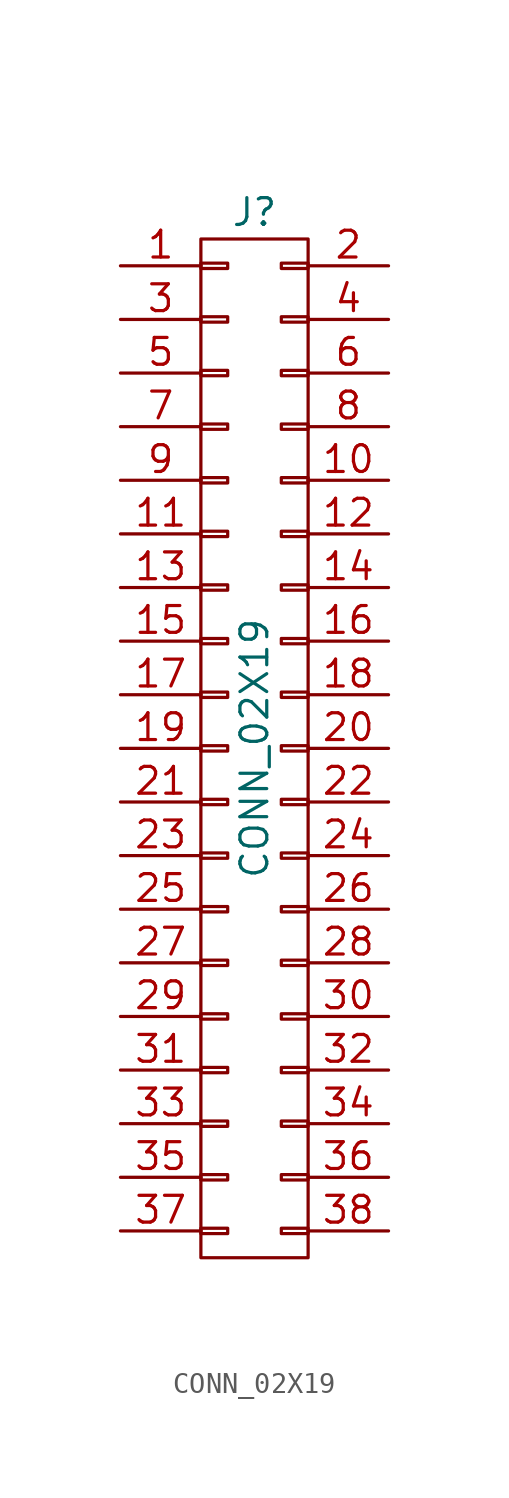
<source format=kicad_sym>
(kicad_symbol_lib
  (version 20211014)
  (generator kicad_symbol_editor)
  (symbol "CONN_02X19"
    (pin_names
      (offset 0.025) hide)
    (property "Reference" "J"
      (at 0 25.4 0)
      (effects (font (size 1.27 1.27))))
    (property "Value" "CONN_02X19"
      (at 0 0 90)
      (effects (font (size 1.27 1.27))))
    (symbol "CONN_02X19_0_1"
      (rectangle (start -2.54 -22.733) (end -1.27 -22.987) (stroke (width 0) (type default) (color 0 0 0 0)) (fill (type none)))
      (rectangle (start -2.54 -20.193) (end -1.27 -20.447) (stroke (width 0) (type default) (color 0 0 0 0)) (fill (type none)))
      (rectangle (start -2.54 -17.653) (end -1.27 -17.907) (stroke (width 0) (type default) (color 0 0 0 0)) (fill (type none)))
      (rectangle (start -2.54 -15.113) (end -1.27 -15.367) (stroke (width 0) (type default) (color 0 0 0 0)) (fill (type none)))
      (rectangle (start -2.54 -12.573) (end -1.27 -12.827) (stroke (width 0) (type default) (color 0 0 0 0)) (fill (type none)))
      (rectangle (start -2.54 -10.033) (end -1.27 -10.287) (stroke (width 0) (type default) (color 0 0 0 0)) (fill (type none)))
      (rectangle (start -2.54 -7.493) (end -1.27 -7.747) (stroke (width 0) (type default) (color 0 0 0 0)) (fill (type none)))
      (rectangle (start -2.54 -4.953) (end -1.27 -5.207) (stroke (width 0) (type default) (color 0 0 0 0)) (fill (type none)))
      (rectangle (start -2.54 -2.413) (end -1.27 -2.667) (stroke (width 0) (type default) (color 0 0 0 0)) (fill (type none)))
      (rectangle (start -2.54 0.127) (end -1.27 -0.127) (stroke (width 0) (type default) (color 0 0 0 0)) (fill (type none)))
      (rectangle (start -2.54 2.667) (end -1.27 2.413) (stroke (width 0) (type default) (color 0 0 0 0)) (fill (type none)))
      (rectangle (start -2.54 5.207) (end -1.27 4.953) (stroke (width 0) (type default) (color 0 0 0 0)) (fill (type none)))
      (rectangle (start -2.54 7.747) (end -1.27 7.493) (stroke (width 0) (type default) (color 0 0 0 0)) (fill (type none)))
      (rectangle (start -2.54 10.287) (end -1.27 10.033) (stroke (width 0) (type default) (color 0 0 0 0)) (fill (type none)))
      (rectangle (start -2.54 12.827) (end -1.27 12.573) (stroke (width 0) (type default) (color 0 0 0 0)) (fill (type none)))
      (rectangle (start -2.54 15.367) (end -1.27 15.113) (stroke (width 0) (type default) (color 0 0 0 0)) (fill (type none)))
      (rectangle (start -2.54 17.907) (end -1.27 17.653) (stroke (width 0) (type default) (color 0 0 0 0)) (fill (type none)))
      (rectangle (start -2.54 20.447) (end -1.27 20.193) (stroke (width 0) (type default) (color 0 0 0 0)) (fill (type none)))
      (rectangle (start -2.54 22.987) (end -1.27 22.733) (stroke (width 0) (type default) (color 0 0 0 0)) (fill (type none)))
      (rectangle (start -2.54 24.13) (end 2.54 -24.13) (stroke (width 0) (type default) (color 0 0 0 0)) (fill (type none)))
      (rectangle (start 1.27 -22.733) (end 2.54 -22.987) (stroke (width 0) (type default) (color 0 0 0 0)) (fill (type none)))
      (rectangle (start 1.27 -20.193) (end 2.54 -20.447) (stroke (width 0) (type default) (color 0 0 0 0)) (fill (type none)))
      (rectangle (start 1.27 -17.653) (end 2.54 -17.907) (stroke (width 0) (type default) (color 0 0 0 0)) (fill (type none)))
      (rectangle (start 1.27 -15.113) (end 2.54 -15.367) (stroke (width 0) (type default) (color 0 0 0 0)) (fill (type none)))
      (rectangle (start 1.27 -12.573) (end 2.54 -12.827) (stroke (width 0) (type default) (color 0 0 0 0)) (fill (type none)))
      (rectangle (start 1.27 -10.033) (end 2.54 -10.287) (stroke (width 0) (type default) (color 0 0 0 0)) (fill (type none)))
      (rectangle (start 1.27 -7.493) (end 2.54 -7.747) (stroke (width 0) (type default) (color 0 0 0 0)) (fill (type none)))
      (rectangle (start 1.27 -4.953) (end 2.54 -5.207) (stroke (width 0) (type default) (color 0 0 0 0)) (fill (type none)))
      (rectangle (start 1.27 -2.413) (end 2.54 -2.667) (stroke (width 0) (type default) (color 0 0 0 0)) (fill (type none)))
      (rectangle (start 1.27 0.127) (end 2.54 -0.127) (stroke (width 0) (type default) (color 0 0 0 0)) (fill (type none)))
      (rectangle (start 1.27 2.667) (end 2.54 2.413) (stroke (width 0) (type default) (color 0 0 0 0)) (fill (type none)))
      (rectangle (start 1.27 5.207) (end 2.54 4.953) (stroke (width 0) (type default) (color 0 0 0 0)) (fill (type none)))
      (rectangle (start 1.27 7.747) (end 2.54 7.493) (stroke (width 0) (type default) (color 0 0 0 0)) (fill (type none)))
      (rectangle (start 1.27 10.287) (end 2.54 10.033) (stroke (width 0) (type default) (color 0 0 0 0)) (fill (type none)))
      (rectangle (start 1.27 12.827) (end 2.54 12.573) (stroke (width 0) (type default) (color 0 0 0 0)) (fill (type none)))
      (rectangle (start 1.27 15.367) (end 2.54 15.113) (stroke (width 0) (type default) (color 0 0 0 0)) (fill (type none)))
      (rectangle (start 1.27 17.907) (end 2.54 17.653) (stroke (width 0) (type default) (color 0 0 0 0)) (fill (type none)))
      (rectangle (start 1.27 20.447) (end 2.54 20.193) (stroke (width 0) (type default) (color 0 0 0 0)) (fill (type none)))
      (rectangle (start 1.27 22.987) (end 2.54 22.733) (stroke (width 0) (type default) (color 0 0 0 0)) (fill (type none))))
    (symbol "CONN_02X19_1_1"
      (pin passive line (at -6.35 22.86 0) (length 3.81) (name "P1" (effects (font (size 1.27 1.27)))) (number "1" (effects (font (size 1.27 1.27)))))
      (pin passive line (at 6.35 12.7 180) (length 3.81) (name "P10" (effects (font (size 1.27 1.27)))) (number "10" (effects (font (size 1.27 1.27)))))
      (pin passive line (at -6.35 10.16 0) (length 3.81) (name "P11" (effects (font (size 1.27 1.27)))) (number "11" (effects (font (size 1.27 1.27)))))
      (pin passive line (at 6.35 10.16 180) (length 3.81) (name "P12" (effects (font (size 1.27 1.27)))) (number "12" (effects (font (size 1.27 1.27)))))
      (pin passive line (at -6.35 7.62 0) (length 3.81) (name "P13" (effects (font (size 1.27 1.27)))) (number "13" (effects (font (size 1.27 1.27)))))
      (pin passive line (at 6.35 7.62 180) (length 3.81) (name "P14" (effects (font (size 1.27 1.27)))) (number "14" (effects (font (size 1.27 1.27)))))
      (pin passive line (at -6.35 5.08 0) (length 3.81) (name "P15" (effects (font (size 1.27 1.27)))) (number "15" (effects (font (size 1.27 1.27)))))
      (pin passive line (at 6.35 5.08 180) (length 3.81) (name "P16" (effects (font (size 1.27 1.27)))) (number "16" (effects (font (size 1.27 1.27)))))
      (pin passive line (at -6.35 2.54 0) (length 3.81) (name "P17" (effects (font (size 1.27 1.27)))) (number "17" (effects (font (size 1.27 1.27)))))
      (pin passive line (at 6.35 2.54 180) (length 3.81) (name "P18" (effects (font (size 1.27 1.27)))) (number "18" (effects (font (size 1.27 1.27)))))
      (pin passive line (at -6.35 0 0) (length 3.81) (name "P19" (effects (font (size 1.27 1.27)))) (number "19" (effects (font (size 1.27 1.27)))))
      (pin passive line (at 6.35 22.86 180) (length 3.81) (name "P2" (effects (font (size 1.27 1.27)))) (number "2" (effects (font (size 1.27 1.27)))))
      (pin passive line (at 6.35 0 180) (length 3.81) (name "P20" (effects (font (size 1.27 1.27)))) (number "20" (effects (font (size 1.27 1.27)))))
      (pin passive line (at -6.35 -2.54 0) (length 3.81) (name "P21" (effects (font (size 1.27 1.27)))) (number "21" (effects (font (size 1.27 1.27)))))
      (pin passive line (at 6.35 -2.54 180) (length 3.81) (name "P22" (effects (font (size 1.27 1.27)))) (number "22" (effects (font (size 1.27 1.27)))))
      (pin passive line (at -6.35 -5.08 0) (length 3.81) (name "P23" (effects (font (size 1.27 1.27)))) (number "23" (effects (font (size 1.27 1.27)))))
      (pin passive line (at 6.35 -5.08 180) (length 3.81) (name "P24" (effects (font (size 1.27 1.27)))) (number "24" (effects (font (size 1.27 1.27)))))
      (pin passive line (at -6.35 -7.62 0) (length 3.81) (name "P25" (effects (font (size 1.27 1.27)))) (number "25" (effects (font (size 1.27 1.27)))))
      (pin passive line (at 6.35 -7.62 180) (length 3.81) (name "P26" (effects (font (size 1.27 1.27)))) (number "26" (effects (font (size 1.27 1.27)))))
      (pin passive line (at -6.35 -10.16 0) (length 3.81) (name "P27" (effects (font (size 1.27 1.27)))) (number "27" (effects (font (size 1.27 1.27)))))
      (pin passive line (at 6.35 -10.16 180) (length 3.81) (name "P28" (effects (font (size 1.27 1.27)))) (number "28" (effects (font (size 1.27 1.27)))))
      (pin passive line (at -6.35 -12.7 0) (length 3.81) (name "P29" (effects (font (size 1.27 1.27)))) (number "29" (effects (font (size 1.27 1.27)))))
      (pin passive line (at -6.35 20.32 0) (length 3.81) (name "P3" (effects (font (size 1.27 1.27)))) (number "3" (effects (font (size 1.27 1.27)))))
      (pin passive line (at 6.35 -12.7 180) (length 3.81) (name "P30" (effects (font (size 1.27 1.27)))) (number "30" (effects (font (size 1.27 1.27)))))
      (pin passive line (at -6.35 -15.24 0) (length 3.81) (name "P31" (effects (font (size 1.27 1.27)))) (number "31" (effects (font (size 1.27 1.27)))))
      (pin passive line (at 6.35 -15.24 180) (length 3.81) (name "P32" (effects (font (size 1.27 1.27)))) (number "32" (effects (font (size 1.27 1.27)))))
      (pin passive line (at -6.35 -17.78 0) (length 3.81) (name "P33" (effects (font (size 1.27 1.27)))) (number "33" (effects (font (size 1.27 1.27)))))
      (pin passive line (at 6.35 -17.78 180) (length 3.81) (name "P34" (effects (font (size 1.27 1.27)))) (number "34" (effects (font (size 1.27 1.27)))))
      (pin passive line (at -6.35 -20.32 0) (length 3.81) (name "P35" (effects (font (size 1.27 1.27)))) (number "35" (effects (font (size 1.27 1.27)))))
      (pin passive line (at 6.35 -20.32 180) (length 3.81) (name "P36" (effects (font (size 1.27 1.27)))) (number "36" (effects (font (size 1.27 1.27)))))
      (pin passive line (at -6.35 -22.86 0) (length 3.81) (name "P37" (effects (font (size 1.27 1.27)))) (number "37" (effects (font (size 1.27 1.27)))))
      (pin passive line (at 6.35 -22.86 180) (length 3.81) (name "P38" (effects (font (size 1.27 1.27)))) (number "38" (effects (font (size 1.27 1.27)))))
      (pin passive line (at 6.35 20.32 180) (length 3.81) (name "P4" (effects (font (size 1.27 1.27)))) (number "4" (effects (font (size 1.27 1.27)))))
      (pin passive line (at -6.35 17.78 0) (length 3.81) (name "P5" (effects (font (size 1.27 1.27)))) (number "5" (effects (font (size 1.27 1.27)))))
      (pin passive line (at 6.35 17.78 180) (length 3.81) (name "P6" (effects (font (size 1.27 1.27)))) (number "6" (effects (font (size 1.27 1.27)))))
      (pin passive line (at -6.35 15.24 0) (length 3.81) (name "P7" (effects (font (size 1.27 1.27)))) (number "7" (effects (font (size 1.27 1.27)))))
      (pin passive line (at 6.35 15.24 180) (length 3.81) (name "P8" (effects (font (size 1.27 1.27)))) (number "8" (effects (font (size 1.27 1.27)))))
      (pin passive line (at -6.35 12.7 0) (length 3.81) (name "P9" (effects (font (size 1.27 1.27)))) (number "9" (effects (font (size 1.27 1.27))))))))
</source>
